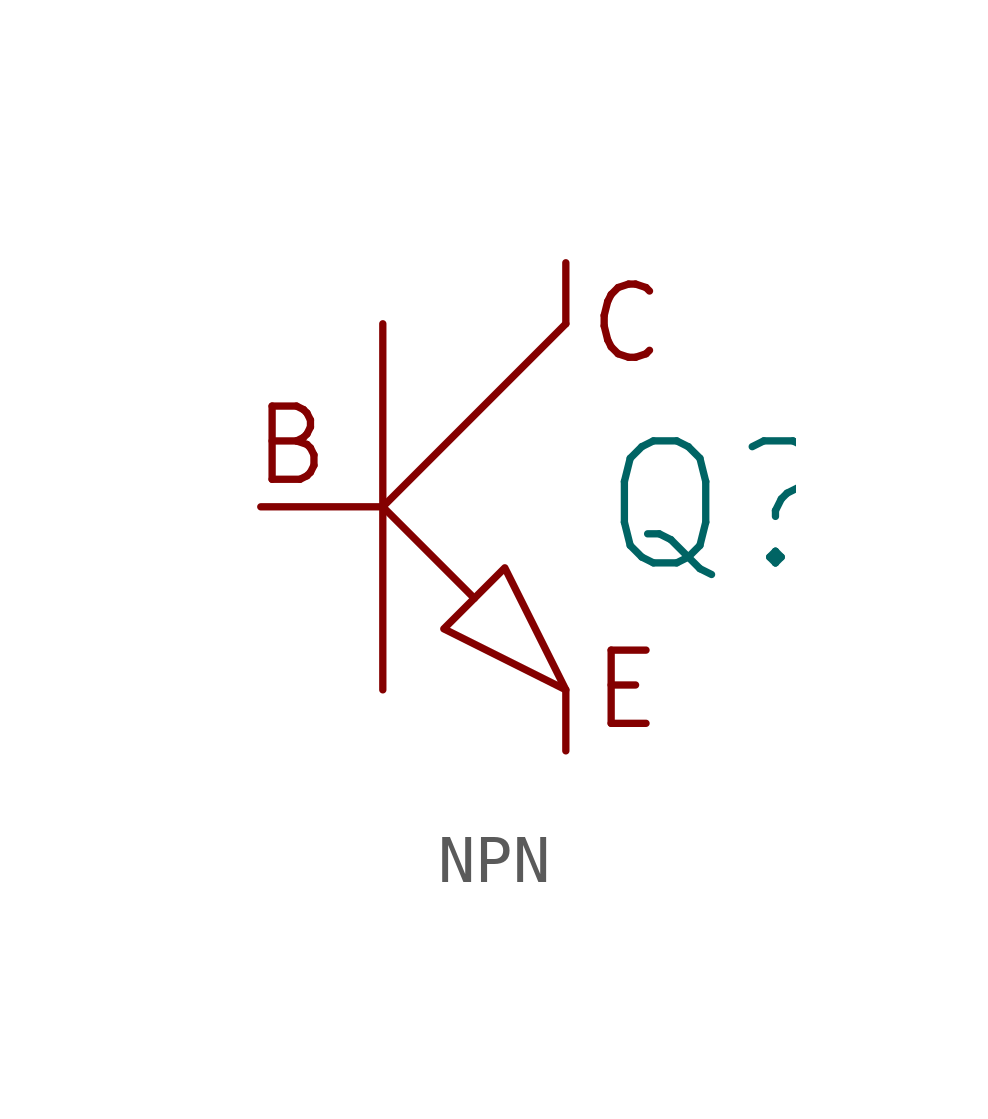
<source format=kicad_sym>
(kicad_symbol_lib
  (version 20211014)
  (generator kicad_symbol_editor)
  (symbol "NPN"
    (pin_names
      (offset 1.016))
    (property "Reference" "Q"
      (at 6.985 -5.08 0)
      (effects (font (size 2.54 2.54)) (justify left)))
    (symbol "NPN_0_0"
      (polyline (pts (xy 4.445 -6.985) (xy 2.54 -5.08)) (stroke (width 0) (type default) (color 0 0 0 0)) (fill (type none)))
      (polyline (pts (xy 6.35 -8.89) (xy 5.08 -6.35) (xy 3.81 -7.62) (xy 6.35 -8.89)) (stroke (width 0) (type default) (color 0 0 0 0)) (fill (type none)))
      (text "B" (at 0.635 -3.81 0) (effects (font (size 1.524 1.524))))
      (text "C" (at 7.62 -1.27 0) (effects (font (size 1.524 1.524))))
      (text "E" (at 7.62 -8.89 0) (effects (font (size 1.524 1.524)))))
    (symbol "NPN_0_1"
      (polyline (pts (xy 2.54 -5.08) (xy 6.35 -1.27)) (stroke (width 0) (type default) (color 0 0 0 0)) (fill (type none)))
      (polyline (pts (xy 2.54 -1.27) (xy 2.54 -8.89)) (stroke (width 0) (type default) (color 0 0 0 0)) (fill (type none))))
    (symbol "NPN_1_1"
      (pin input line (at 0 -5.08 0) (length 2.54) (name "~" (effects (font (size 1.27 1.27)))) (number "~" (effects (font (size 1.143 1.143)))))
      (pin input line (at 6.35 -10.16 90) (length 1.27) (name "~" (effects (font (size 1.27 1.27)))) (number "~" (effects (font (size 1.143 1.143)))))
      (pin input line (at 6.35 0 270) (length 1.27) (name "~" (effects (font (size 1.27 1.27)))) (number "~" (effects (font (size 1.143 1.143))))))))
</source>
